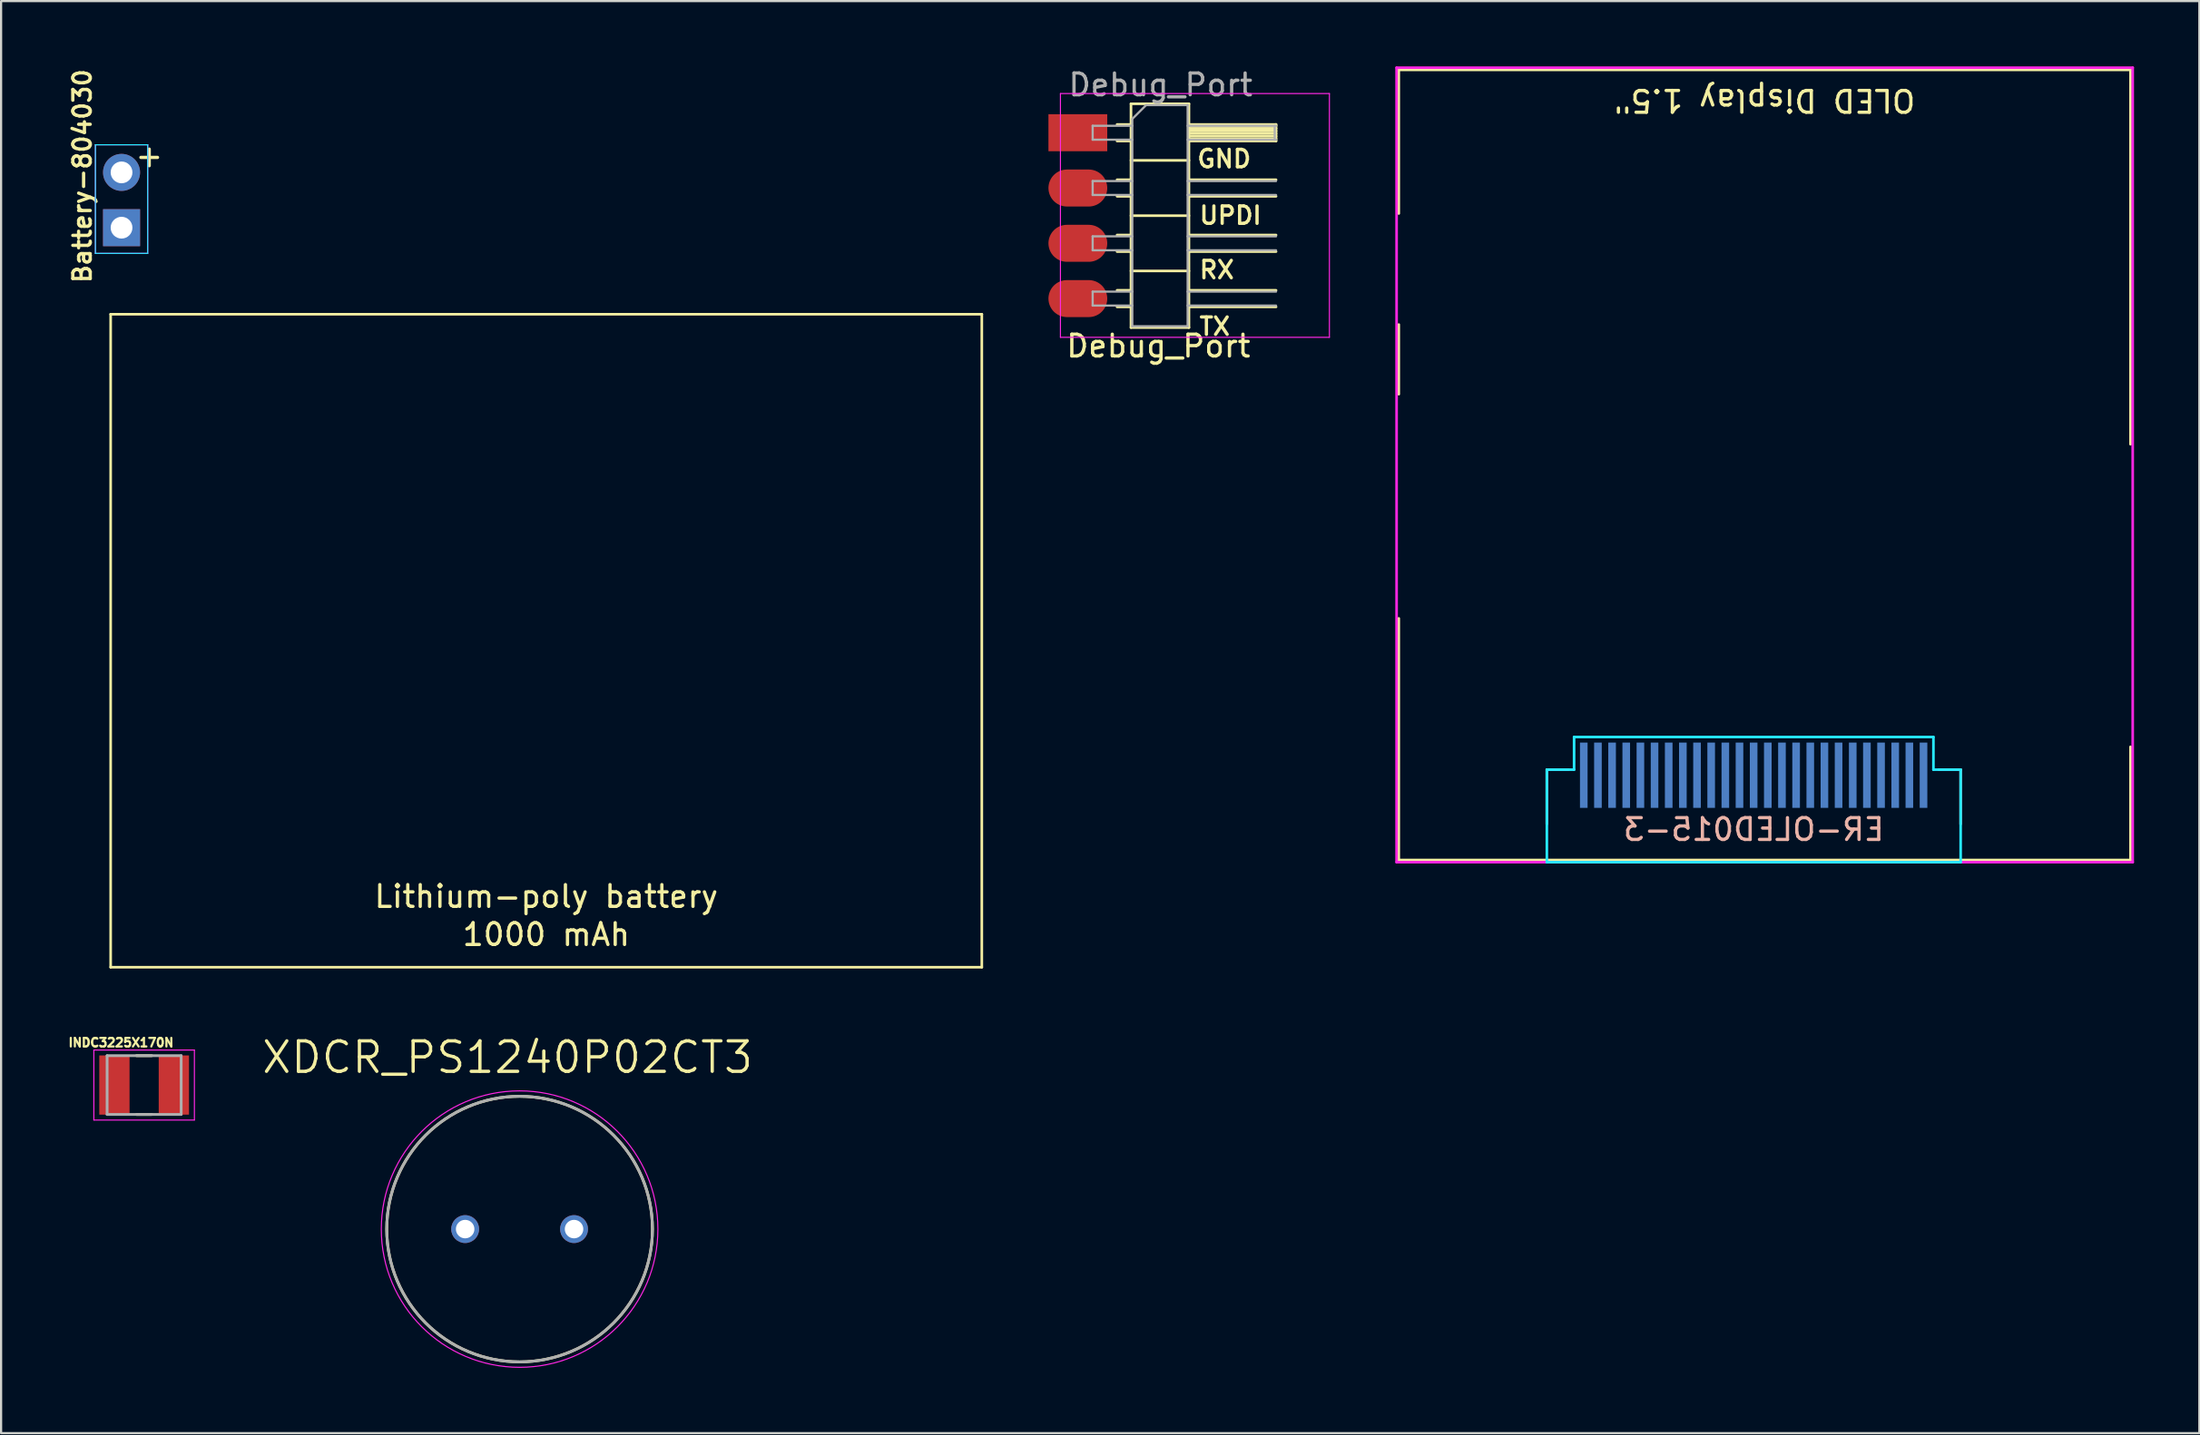
<source format=kicad_pcb>
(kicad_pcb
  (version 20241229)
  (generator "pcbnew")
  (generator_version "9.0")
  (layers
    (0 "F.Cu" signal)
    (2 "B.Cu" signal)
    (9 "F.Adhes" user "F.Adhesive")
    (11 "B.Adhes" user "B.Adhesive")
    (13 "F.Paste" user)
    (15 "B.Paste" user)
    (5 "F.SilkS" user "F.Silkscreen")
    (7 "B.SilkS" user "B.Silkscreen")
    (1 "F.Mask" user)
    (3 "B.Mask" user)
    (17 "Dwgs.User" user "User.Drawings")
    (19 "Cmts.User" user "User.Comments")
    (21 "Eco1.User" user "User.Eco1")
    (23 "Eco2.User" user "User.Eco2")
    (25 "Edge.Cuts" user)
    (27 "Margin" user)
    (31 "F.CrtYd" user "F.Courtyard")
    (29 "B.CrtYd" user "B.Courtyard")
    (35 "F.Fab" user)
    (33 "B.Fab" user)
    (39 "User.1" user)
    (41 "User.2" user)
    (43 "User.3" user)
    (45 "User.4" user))
  (footprint "XDCR_PS1240P02CT3"
    (layer "F.Cu")
    (at 20.808 53.417)
    (property "Reference" "XDCR_PS1240P02CT3" (at -0.555 -7.889 0) (layer "F.SilkS") (effects (font (size 1.4 1.4) (thickness 0.15))))
    (attr through_hole)
    (fp_circle (center 0 0) (end 6.1 0) (stroke (width 0.127) (type solid)) (fill no) (layer "F.SilkS"))
    (fp_circle (center 0 0) (end 6.35 0) (stroke (width 0.05) (type solid)) (fill no) (layer "F.CrtYd"))
    (fp_circle (center 0 0) (end 6.1 0) (stroke (width 0.127) (type solid)) (fill no) (layer "F.Fab"))
    (pad "1" thru_hole circle (at -2.5 0) (size 1.28 1.28) (drill 0.85) (layers "*.Cu" "*.Mask"))
    (pad "2" thru_hole circle (at 2.5 0) (size 1.28 1.28) (drill 0.85) (layers "*.Cu" "*.Mask")))
  (footprint "Battery-804030"
    (layer "F.Cu")
    (at 2.531 5.886)
    (property "Reference" "Battery-804030" (at -1.8 -0.846 90) (layer "F.SilkS") (effects (font (size 0.8 0.8) (thickness 0.15))))
    (attr through_hole)
    (fp_line (start -0.5 5.5) (end 39.5 5.5) (stroke (width 0.12) (type solid)) (layer "F.SilkS"))
    (fp_line (start -0.5 35.5) (end -0.5 5.5) (stroke (width 0.12) (type solid)) (layer "F.SilkS"))
    (fp_line (start 39.5 5.5) (end 39.5 35.5) (stroke (width 0.12) (type solid)) (layer "F.SilkS"))
    (fp_line (start 39.5 35.5) (end -0.5 35.5) (stroke (width 0.12) (type solid)) (layer "F.SilkS"))
    (fp_line (start -1.2 -2.286) (end -1.2 2.704) (stroke (width 0.05) (type solid)) (layer "B.CrtYd"))
    (fp_line (start -1.2 2.704) (end 1.2 2.704) (stroke (width 0.05) (type solid)) (layer "B.CrtYd"))
    (fp_line (start 1.2 -2.286) (end -1.2 -2.286) (stroke (width 0.05) (type solid)) (layer "B.CrtYd"))
    (fp_line (start 1.2 2.704) (end 1.2 -2.286) (stroke (width 0.05) (type solid)) (layer "B.CrtYd"))
    (fp_line (start -1.2 -2.286) (end -1.2 2.704) (stroke (width 0.05) (type solid)) (layer "F.CrtYd"))
    (fp_line (start -1.2 2.704) (end 1.2 2.704) (stroke (width 0.05) (type solid)) (layer "F.CrtYd"))
    (fp_line (start 1.2 -2.286) (end -1.2 -2.286) (stroke (width 0.05) (type solid)) (layer "F.CrtYd"))
    (fp_line (start 1.2 2.704) (end 1.2 -2.286) (stroke (width 0.05) (type solid)) (layer "F.CrtYd"))
    (fp_text user "Lithium-poly battery" (at 19.5 32.25 180) (layer "F.SilkS") (effects (font (size 1 1) (thickness 0.15))))
    (fp_text user "1000 mAh" (at 19.5 34 180) (layer "F.SilkS") (effects (font (size 1 1) (thickness 0.15))))
    (fp_text user "+" (at 1.27 -1.778 180) (layer "F.SilkS") (effects (font (size 1 1) (thickness 0.15))))
    (pad "1" thru_hole oval (at 0 -1.016) (size 1.7 1.7) (drill 1) (layers "*.Cu" "*.Mask"))
    (pad "2" thru_hole rect (at 0 1.524 90) (size 1.7 1.7) (drill 1) (layers "*.Cu" "*.Mask")))
  (footprint "Debug_Port"
    (layer "F.Cu")
    (at 47.441 3.048)
    (property "Reference" "Debug_Port" (at 2.7 9.8 0) (layer "F.SilkS") (effects (font (size 1 1) (thickness 0.15))))
    (attr smd)
    (fp_line (start 0.8 -0.38) (end 1.44 -0.38) (stroke (width 0.12) (type solid)) (layer "F.SilkS"))
    (fp_line (start 0.8 0.38) (end 1.44 0.38) (stroke (width 0.12) (type solid)) (layer "F.SilkS"))
    (fp_line (start 0.8 2.16) (end 1.44 2.16) (stroke (width 0.12) (type solid)) (layer "F.SilkS"))
    (fp_line (start 0.8 2.92) (end 1.44 2.92) (stroke (width 0.12) (type solid)) (layer "F.SilkS"))
    (fp_line (start 0.8 4.7) (end 1.44 4.7) (stroke (width 0.12) (type solid)) (layer "F.SilkS"))
    (fp_line (start 0.8 5.46) (end 1.44 5.46) (stroke (width 0.12) (type solid)) (layer "F.SilkS"))
    (fp_line (start 0.8 7.24) (end 1.44 7.24) (stroke (width 0.12) (type solid)) (layer "F.SilkS"))
    (fp_line (start 0.8 8) (end 1.44 8) (stroke (width 0.12) (type solid)) (layer "F.SilkS"))
    (fp_line (start 1.44 -1.33) (end 1.44 8.95) (stroke (width 0.12) (type solid)) (layer "F.SilkS"))
    (fp_line (start 1.44 1.27) (end 4.1 1.27) (stroke (width 0.12) (type solid)) (layer "F.SilkS"))
    (fp_line (start 1.44 3.81) (end 4.1 3.81) (stroke (width 0.12) (type solid)) (layer "F.SilkS"))
    (fp_line (start 1.44 6.35) (end 4.1 6.35) (stroke (width 0.12) (type solid)) (layer "F.SilkS"))
    (fp_line (start 1.44 8.95) (end 4.1 8.95) (stroke (width 0.12) (type solid)) (layer "F.SilkS"))
    (fp_line (start 4.1 -1.33) (end 1.44 -1.33) (stroke (width 0.12) (type solid)) (layer "F.SilkS"))
    (fp_line (start 4.1 -0.38) (end 8.1 -0.38) (stroke (width 0.12) (type solid)) (layer "F.SilkS"))
    (fp_line (start 4.1 -0.32) (end 8.1 -0.32) (stroke (width 0.12) (type solid)) (layer "F.SilkS"))
    (fp_line (start 4.1 -0.2) (end 8.1 -0.2) (stroke (width 0.12) (type solid)) (layer "F.SilkS"))
    (fp_line (start 4.1 -0.08) (end 8.1 -0.08) (stroke (width 0.12) (type solid)) (layer "F.SilkS"))
    (fp_line (start 4.1 0.04) (end 8.1 0.04) (stroke (width 0.12) (type solid)) (layer "F.SilkS"))
    (fp_line (start 4.1 0.16) (end 8.1 0.16) (stroke (width 0.12) (type solid)) (layer "F.SilkS"))
    (fp_line (start 4.1 0.28) (end 8.1 0.28) (stroke (width 0.12) (type solid)) (layer "F.SilkS"))
    (fp_line (start 4.1 2.16) (end 8.1 2.16) (stroke (width 0.12) (type solid)) (layer "F.SilkS"))
    (fp_line (start 4.1 4.7) (end 8.1 4.7) (stroke (width 0.12) (type solid)) (layer "F.SilkS"))
    (fp_line (start 4.1 7.24) (end 8.1 7.24) (stroke (width 0.12) (type solid)) (layer "F.SilkS"))
    (fp_line (start 4.1 8.95) (end 4.1 -1.33) (stroke (width 0.12) (type solid)) (layer "F.SilkS"))
    (fp_line (start 8.1 -0.38) (end 8.1 0.38) (stroke (width 0.12) (type solid)) (layer "F.SilkS"))
    (fp_line (start 8.1 0.38) (end 4.1 0.38) (stroke (width 0.12) (type solid)) (layer "F.SilkS"))
    (fp_line (start 8.1 2.92) (end 4.1 2.92) (stroke (width 0.12) (type solid)) (layer "F.SilkS"))
    (fp_line (start 8.1 5.46) (end 4.1 5.46) (stroke (width 0.12) (type solid)) (layer "F.SilkS"))
    (fp_line (start 8.1 8) (end 4.1 8) (stroke (width 0.12) (type solid)) (layer "F.SilkS"))
    (fp_line (start -1.8 -1.8) (end -1.8 9.4) (stroke (width 0.05) (type solid)) (layer "F.CrtYd"))
    (fp_line (start -1.8 9.4) (end 10.55 9.4) (stroke (width 0.05) (type solid)) (layer "F.CrtYd"))
    (fp_line (start 10.55 -1.8) (end -1.8 -1.8) (stroke (width 0.05) (type solid)) (layer "F.CrtYd"))
    (fp_line (start 10.55 9.4) (end 10.55 -1.8) (stroke (width 0.05) (type solid)) (layer "F.CrtYd"))
    (fp_line (start -0.32 -0.32) (end -0.32 0.32) (stroke (width 0.1) (type solid)) (layer "F.Fab"))
    (fp_line (start -0.32 -0.32) (end 1.5 -0.32) (stroke (width 0.1) (type solid)) (layer "F.Fab"))
    (fp_line (start -0.32 0.32) (end 1.5 0.32) (stroke (width 0.1) (type solid)) (layer "F.Fab"))
    (fp_line (start -0.32 2.22) (end -0.32 2.86) (stroke (width 0.1) (type solid)) (layer "F.Fab"))
    (fp_line (start -0.32 2.22) (end 1.5 2.22) (stroke (width 0.1) (type solid)) (layer "F.Fab"))
    (fp_line (start -0.32 2.86) (end 1.5 2.86) (stroke (width 0.1) (type solid)) (layer "F.Fab"))
    (fp_line (start -0.32 4.76) (end -0.32 5.4) (stroke (width 0.1) (type solid)) (layer "F.Fab"))
    (fp_line (start -0.32 4.76) (end 1.5 4.76) (stroke (width 0.1) (type solid)) (layer "F.Fab"))
    (fp_line (start -0.32 5.4) (end 1.5 5.4) (stroke (width 0.1) (type solid)) (layer "F.Fab"))
    (fp_line (start -0.32 7.3) (end -0.32 7.94) (stroke (width 0.1) (type solid)) (layer "F.Fab"))
    (fp_line (start -0.32 7.3) (end 1.5 7.3) (stroke (width 0.1) (type solid)) (layer "F.Fab"))
    (fp_line (start -0.32 7.94) (end 1.5 7.94) (stroke (width 0.1) (type solid)) (layer "F.Fab"))
    (fp_line (start 1.5 -0.635) (end 2.135 -1.27) (stroke (width 0.1) (type solid)) (layer "F.Fab"))
    (fp_line (start 1.5 8.89) (end 1.5 -0.635) (stroke (width 0.1) (type solid)) (layer "F.Fab"))
    (fp_line (start 2.135 -1.27) (end 4.04 -1.27) (stroke (width 0.1) (type solid)) (layer "F.Fab"))
    (fp_line (start 4.04 -1.27) (end 4.04 8.89) (stroke (width 0.1) (type solid)) (layer "F.Fab"))
    (fp_line (start 4.04 -0.32) (end 8.1 -0.32) (stroke (width 0.1) (type solid)) (layer "F.Fab"))
    (fp_line (start 4.04 0.32) (end 8.1 0.32) (stroke (width 0.1) (type solid)) (layer "F.Fab"))
    (fp_line (start 4.04 2.22) (end 8.1 2.22) (stroke (width 0.1) (type solid)) (layer "F.Fab"))
    (fp_line (start 4.04 2.86) (end 8.1 2.86) (stroke (width 0.1) (type solid)) (layer "F.Fab"))
    (fp_line (start 4.04 4.76) (end 8.1 4.76) (stroke (width 0.1) (type solid)) (layer "F.Fab"))
    (fp_line (start 4.04 5.4) (end 8.1 5.4) (stroke (width 0.1) (type solid)) (layer "F.Fab"))
    (fp_line (start 4.04 7.3) (end 8.1 7.3) (stroke (width 0.1) (type solid)) (layer "F.Fab"))
    (fp_line (start 4.04 7.94) (end 8.1 7.94) (stroke (width 0.1) (type solid)) (layer "F.Fab"))
    (fp_line (start 4.04 8.89) (end 1.5 8.89) (stroke (width 0.1) (type solid)) (layer "F.Fab"))
    (fp_line (start 8.04 -0.32) (end 8.04 0.32) (stroke (width 0.1) (type solid)) (layer "F.Fab"))
    (fp_text user "GND" (at 4.4 1.2 0) (layer "F.SilkS") (effects (font (size 0.8 0.8) (thickness 0.15)) (justify left)))
    (fp_text user "RX" (at 4.5 6.3 0) (layer "F.SilkS") (effects (font (size 0.8 0.8) (thickness 0.15)) (justify left)))
    (fp_text user "TX" (at 4.5 8.9 0) (layer "F.SilkS") (effects (font (size 0.8 0.8) (thickness 0.15)) (justify left)))
    (fp_text user "UPDI" (at 4.5 3.8 0) (layer "F.SilkS") (effects (font (size 0.8 0.8) (thickness 0.15)) (justify left)))
    (fp_text user "${REFERENCE}" (at 2.8 -2.2 180) (layer "F.Fab") (effects (font (size 1 1) (thickness 0.15))))
    (pad "1" smd rect (at -1 0) (size 2.7 1.7) (layers "F.Cu" "F.Mask" "F.Paste"))
    (pad "2" smd oval (at -1 2.54) (size 2.7 1.7) (layers "F.Cu" "F.Mask" "F.Paste"))
    (pad "3" smd oval (at -1 5.08) (size 2.7 1.7) (layers "F.Cu" "F.Mask" "F.Paste"))
    (pad "4" smd oval (at -1 7.62) (size 2.7 1.7) (layers "F.Cu" "F.Mask" "F.Paste")))
  (footprint "INDC3225X170N"
    (layer "F.Cu")
    (at 3.568 46.799)
    (property "Reference" "INDC3225X170N" (at -1.06 -1.95 0) (layer "F.SilkS") (effects (font (size 0.394 0.394) (thickness 0.15))))
    (attr through_hole)
    (fp_line (start -0.35 -1.35) (end 0.35 -1.35) (stroke (width 0.127) (type solid)) (layer "F.SilkS"))
    (fp_line (start -0.35 1.35) (end 0.35 1.35) (stroke (width 0.127) (type solid)) (layer "F.SilkS"))
    (fp_line (start -2.308 -1.608) (end 2.308 -1.608) (stroke (width 0.05) (type solid)) (layer "F.CrtYd"))
    (fp_line (start -2.308 1.608) (end -2.308 -1.608) (stroke (width 0.05) (type solid)) (layer "F.CrtYd"))
    (fp_line (start -2.308 1.608) (end 2.308 1.608) (stroke (width 0.05) (type solid)) (layer "F.CrtYd"))
    (fp_line (start 2.308 1.608) (end 2.308 -1.608) (stroke (width 0.05) (type solid)) (layer "F.CrtYd"))
    (fp_line (start -1.7 1.35) (end -1.7 -1.35) (stroke (width 0.127) (type solid)) (layer "F.Fab"))
    (fp_line (start 1.7 -1.35) (end -1.7 -1.35) (stroke (width 0.127) (type solid)) (layer "F.Fab"))
    (fp_line (start 1.7 1.35) (end -1.7 1.35) (stroke (width 0.127) (type solid)) (layer "F.Fab"))
    (fp_line (start 1.7 1.35) (end 1.7 -1.35) (stroke (width 0.127) (type solid)) (layer "F.Fab"))
    (pad "1" smd rect (at -1.365 0) (size 1.39 2.72) (layers "F.Cu" "F.Mask" "F.Paste"))
    (pad "2" smd rect (at 1.365 0) (size 1.39 2.72) (layers "F.Cu" "F.Mask" "F.Paste")))
  (footprint "ER-OLED015-3"
    (layer "F.Cu")
    (at 77.476 32.56)
    (property "Reference" "ER-OLED015-3" (at 0 2.5 0) (unlocked yes) (layer "B.SilkS") (effects (font (size 1 1) (thickness 0.15)) (justify mirror)))
    (attr smd)
    (fp_line (start -16.3 -32.4) (end -16.3 -25.8) (stroke (width 0.12) (type solid)) (layer "F.SilkS"))
    (fp_line (start -16.3 -32.4) (end 17.3 -32.4) (stroke (width 0.12) (type solid)) (layer "F.SilkS"))
    (fp_line (start -16.3 -17.5) (end -16.3 -20.7) (stroke (width 0.12) (type solid)) (layer "F.SilkS"))
    (fp_line (start -16.3 3.9) (end -16.3 -7.2) (stroke (width 0.12) (type solid)) (layer "F.SilkS"))
    (fp_line (start 17.3 -32.4) (end 17.3 -15.2) (stroke (width 0.12) (type solid)) (layer "F.SilkS"))
    (fp_line (start 17.3 3.9) (end -16.3 3.9) (stroke (width 0.12) (type solid)) (layer "F.SilkS"))
    (fp_line (start 17.3 3.9) (end 17.3 -1.3) (stroke (width 0.12) (type solid)) (layer "F.SilkS"))
    (fp_line (start -9.5 -0.25) (end -9.5 2.25) (stroke (width 0.12) (type solid)) (layer "B.SilkS"))
    (fp_line (start -8.5 -0.25) (end -9.5 -0.25) (stroke (width 0.12) (type solid)) (layer "B.SilkS"))
    (fp_line (start 8.5 -0.25) (end 9.5 -0.25) (stroke (width 0.12) (type solid)) (layer "B.SilkS"))
    (fp_line (start 9.5 -0.25) (end 9.5 2.25) (stroke (width 0.12) (type solid)) (layer "B.SilkS"))
    (fp_line (start -9.5 -0.25) (end -9.5 4) (stroke (width 0.12) (type solid)) (layer "B.CrtYd"))
    (fp_line (start -8.25 -1.75) (end -8.25 -0.25) (stroke (width 0.12) (type solid)) (layer "B.CrtYd"))
    (fp_line (start -8.25 -0.25) (end -9.5 -0.25) (stroke (width 0.12) (type solid)) (layer "B.CrtYd"))
    (fp_line (start 8.25 -1.75) (end -8.25 -1.75) (stroke (width 0.12) (type solid)) (layer "B.CrtYd"))
    (fp_line (start 8.25 -0.25) (end 8.25 -1.75) (stroke (width 0.12) (type solid)) (layer "B.CrtYd"))
    (fp_line (start 9.5 -0.25) (end 8.25 -0.25) (stroke (width 0.12) (type solid)) (layer "B.CrtYd"))
    (fp_line (start 9.5 4) (end -9.5 4) (stroke (width 0.12) (type solid)) (layer "B.CrtYd"))
    (fp_line (start 9.5 4) (end 9.5 -0.25) (stroke (width 0.12) (type solid)) (layer "B.CrtYd"))
    (fp_line (start -16.4 -32.5) (end -16.4 4) (stroke (width 0.12) (type solid)) (layer "F.CrtYd"))
    (fp_line (start -16.4 4) (end 17.4 4) (stroke (width 0.12) (type solid)) (layer "F.CrtYd"))
    (fp_line (start 17.4 -32.5) (end -16.4 -32.5) (stroke (width 0.12) (type solid)) (layer "F.CrtYd"))
    (fp_line (start 17.4 4) (end 17.4 -32.5) (stroke (width 0.12) (type solid)) (layer "F.CrtYd"))
    (fp_text user "OLED Display 1.5\"" (at 0.5 -31 180) (unlocked yes) (layer "F.SilkS") (effects (font (size 1 1) (thickness 0.15))))
    (pad "1" smd rect (at -7.805 0.005) (size 0.35 3) (layers "B.Cu" "B.Mask" "B.Paste"))
    (pad "2" smd rect (at -7.155 0.005) (size 0.35 3) (layers "B.Cu" "B.Mask" "B.Paste"))
    (pad "3" smd rect (at -6.505 0.005) (size 0.35 3) (layers "B.Cu" "B.Mask" "B.Paste"))
    (pad "4" smd rect (at -5.855 0.005) (size 0.35 3) (layers "B.Cu" "B.Mask" "B.Paste"))
    (pad "5" smd rect (at -5.205 0.005) (size 0.35 3) (layers "B.Cu" "B.Mask" "B.Paste"))
    (pad "6" smd rect (at -4.555 0.005) (size 0.35 3) (layers "B.Cu" "B.Mask" "B.Paste"))
    (pad "7" smd rect (at -3.905 0.005) (size 0.35 3) (layers "B.Cu" "B.Mask" "B.Paste"))
    (pad "8" smd rect (at -3.255 0.005) (size 0.35 3) (layers "B.Cu" "B.Mask" "B.Paste"))
    (pad "9" smd rect (at -2.605 0.005) (size 0.35 3) (layers "B.Cu" "B.Mask" "B.Paste"))
    (pad "10" smd rect (at -1.955 0.005) (size 0.35 3) (layers "B.Cu" "B.Mask" "B.Paste"))
    (pad "11" smd rect (at -1.305 0.005) (size 0.35 3) (layers "B.Cu" "B.Mask" "B.Paste"))
    (pad "12" smd rect (at -0.655 0.005) (size 0.35 3) (layers "B.Cu" "B.Mask" "B.Paste"))
    (pad "13" smd rect (at -0.005 0.005) (size 0.35 3) (layers "B.Cu" "B.Mask" "B.Paste"))
    (pad "14" smd rect (at 0.645 0.005) (size 0.35 3) (layers "B.Cu" "B.Mask" "B.Paste"))
    (pad "15" smd rect (at 1.295 0.005) (size 0.35 3) (layers "B.Cu" "B.Mask" "B.Paste"))
    (pad "16" smd rect (at 1.945 0.005) (size 0.35 3) (layers "B.Cu" "B.Mask" "B.Paste"))
    (pad "17" smd rect (at 2.595 0.005) (size 0.35 3) (layers "B.Cu" "B.Mask" "B.Paste"))
    (pad "18" smd rect (at 3.245 0.005) (size 0.35 3) (layers "B.Cu" "B.Mask" "B.Paste"))
    (pad "19" smd rect (at 3.895 0.005) (size 0.35 3) (layers "B.Cu" "B.Mask" "B.Paste"))
    (pad "20" smd rect (at 4.545 0.005) (size 0.35 3) (layers "B.Cu" "B.Mask" "B.Paste"))
    (pad "21" smd rect (at 5.195 0.005) (size 0.35 3) (layers "B.Cu" "B.Mask" "B.Paste"))
    (pad "22" smd rect (at 5.845 0.005) (size 0.35 3) (layers "B.Cu" "B.Mask" "B.Paste"))
    (pad "23" smd rect (at 6.495 0.005) (size 0.35 3) (layers "B.Cu" "B.Mask" "B.Paste"))
    (pad "24" smd rect (at 7.145 0.005) (size 0.35 3) (layers "B.Cu" "B.Mask" "B.Paste"))
    (pad "25" smd rect (at 7.795 0.005) (size 0.35 3) (layers "B.Cu" "B.Mask" "B.Paste")))
  (gr_rect
    (start -3 -3)
    (end 97.936 62.792)
    (stroke (width 0.1) (type default))
    (fill no)
    (layer "Edge.Cuts")))
</source>
